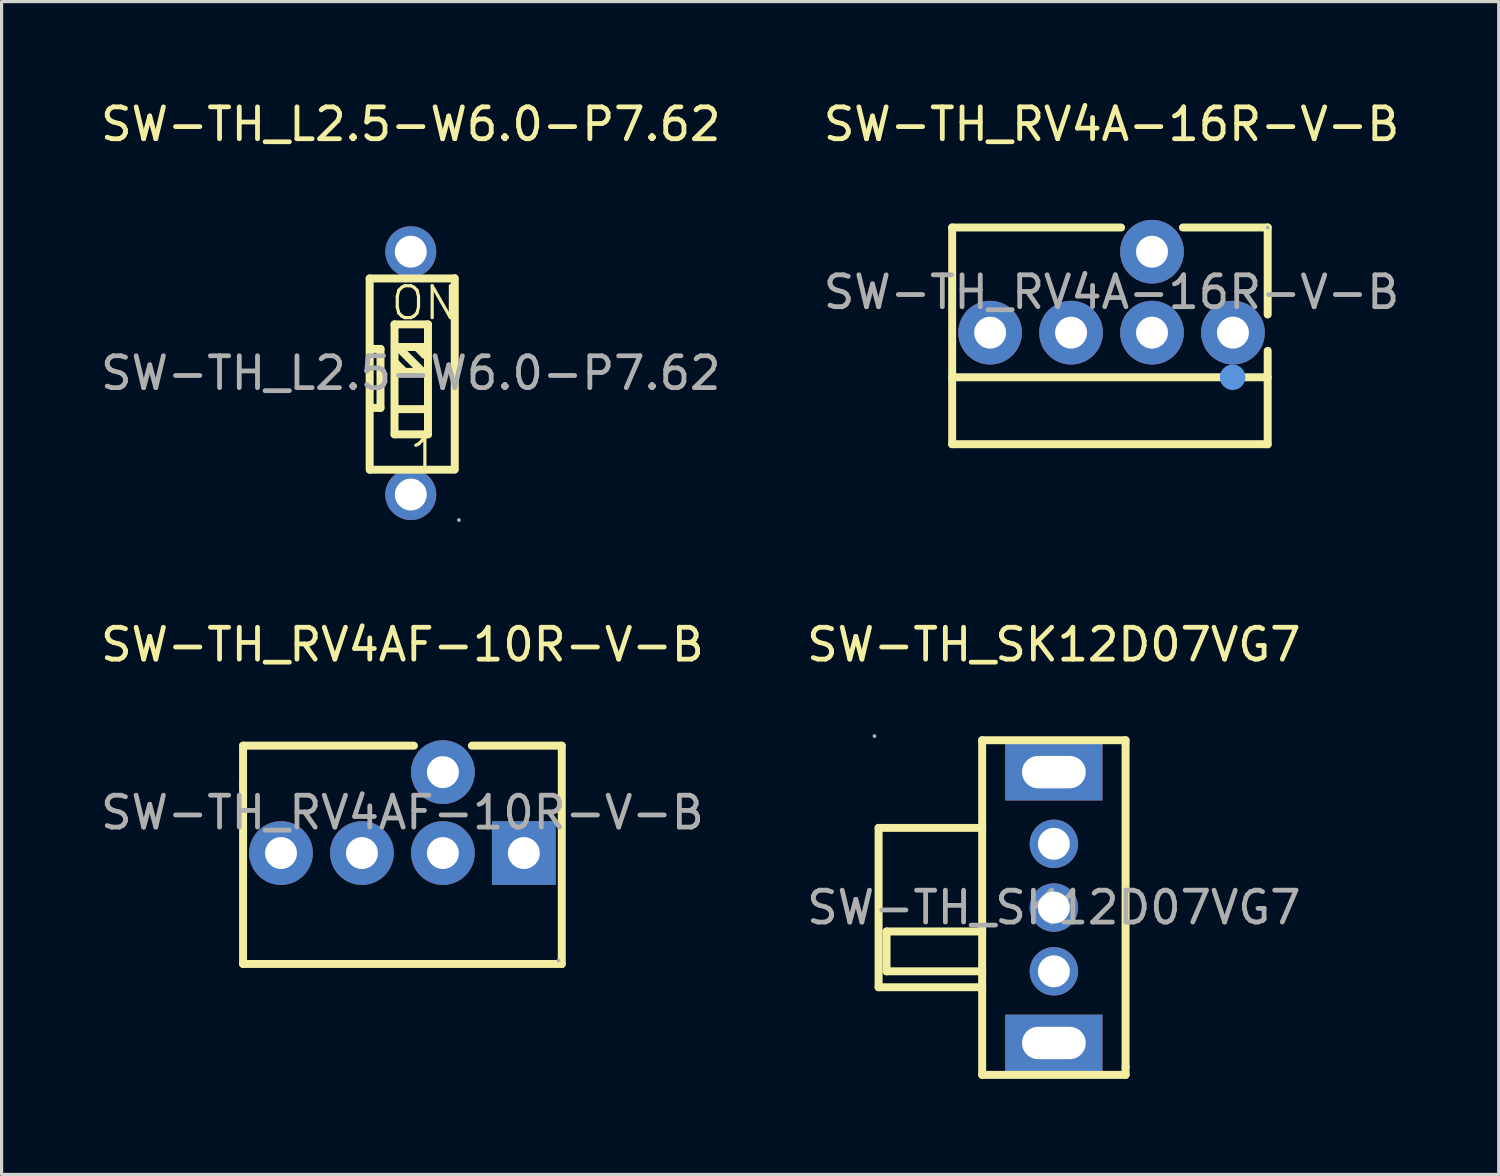
<source format=kicad_pcb>
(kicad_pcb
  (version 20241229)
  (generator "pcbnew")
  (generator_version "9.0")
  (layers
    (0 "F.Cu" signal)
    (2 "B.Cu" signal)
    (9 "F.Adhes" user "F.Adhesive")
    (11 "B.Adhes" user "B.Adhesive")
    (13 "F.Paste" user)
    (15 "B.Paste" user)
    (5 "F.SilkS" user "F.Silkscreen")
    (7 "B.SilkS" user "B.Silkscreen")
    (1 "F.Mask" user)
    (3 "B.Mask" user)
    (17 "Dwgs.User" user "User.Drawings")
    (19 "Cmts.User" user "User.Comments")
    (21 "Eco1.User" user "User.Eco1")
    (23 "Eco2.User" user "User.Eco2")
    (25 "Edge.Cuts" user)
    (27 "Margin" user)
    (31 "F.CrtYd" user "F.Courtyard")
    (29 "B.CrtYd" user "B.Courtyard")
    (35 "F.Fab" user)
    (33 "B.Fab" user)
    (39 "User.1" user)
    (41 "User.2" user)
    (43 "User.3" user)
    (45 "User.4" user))
  (footprint "SW-TH_SK12D07VG7"
    (layer "F.Cu")
    (at 30.018 25.427)
    (property "Reference" "SW-TH_SK12D07VG7" (at 0 -8.25 0) (layer "F.SilkS") (effects (font (size 1 1) (thickness 0.15))))
    (attr through_hole)
    (fp_line (start -5.5 -2.5) (end -2.25 -2.5) (stroke (width 0.25) (type solid)) (layer "F.SilkS"))
    (fp_line (start -5.5 2.5) (end -5.5 -2.5) (stroke (width 0.25) (type solid)) (layer "F.SilkS"))
    (fp_line (start -5.25 0.75) (end -2.25 0.75) (stroke (width 0.25) (type solid)) (layer "F.SilkS"))
    (fp_line (start -5.25 2) (end -5.25 0.75) (stroke (width 0.25) (type solid)) (layer "F.SilkS"))
    (fp_line (start -2.25 -5.25) (end -2.25 5.25) (stroke (width 0.25) (type solid)) (layer "F.SilkS"))
    (fp_line (start -2.25 2) (end -5.25 2) (stroke (width 0.25) (type solid)) (layer "F.SilkS"))
    (fp_line (start -2.25 2.5) (end -5.5 2.5) (stroke (width 0.25) (type solid)) (layer "F.SilkS"))
    (fp_line (start -2.25 5.25) (end 2.25 5.25) (stroke (width 0.25) (type solid)) (layer "F.SilkS"))
    (fp_line (start 2.25 -5.25) (end -2.25 -5.25) (stroke (width 0.25) (type solid)) (layer "F.SilkS"))
    (fp_line (start 2.25 5) (end 2.25 -5.25) (stroke (width 0.25) (type solid)) (layer "F.SilkS"))
    (fp_line (start 2.25 5.25) (end 2.25 5) (stroke (width 0.25) (type solid)) (layer "F.SilkS"))
    (fp_circle (center -5.63 -5.38) (end -5.6 -5.38) (stroke (width 0.06) (type solid)) (fill no) (layer "F.Fab"))
    (fp_circle (center 0 -2) (end 0.2 -2) (stroke (width 0.4) (type solid)) (fill no) (layer "F.Fab"))
    (fp_circle (center 0 0) (end 0.2 0) (stroke (width 0.4) (type solid)) (fill no) (layer "F.Fab"))
    (fp_circle (center 0 2) (end 0.2 2) (stroke (width 0.4) (type solid)) (fill no) (layer "F.Fab"))
    (fp_text user "${REFERENCE}" (at 0 0 0) (layer "F.Fab") (effects (font (size 1 1) (thickness 0.15))))
    (pad "1" thru_hole circle (at 0 -2 270) (size 1.52 1.52) (drill 1) (layers "*.Cu" "*.Paste" "*.Mask"))
    (pad "2" thru_hole circle (at 0 0 270) (size 1.52 1.52) (drill 1) (layers "*.Cu" "*.Paste" "*.Mask"))
    (pad "3" thru_hole circle (at 0 2 270) (size 1.52 1.52) (drill 1) (layers "*.Cu" "*.Paste" "*.Mask"))
    (pad "4" thru_hole rect (at 0 -4.25 270) (size 1.78 3.05) (drill oval 1.016 2) (layers "*.Cu" "*.Paste" "*.Mask"))
    (pad "5" thru_hole rect (at 0 4.25 270) (size 1.78 3.05) (drill oval 1.016 2) (layers "*.Cu" "*.Paste" "*.Mask")))
  (footprint "SW-TH_L2.5-W6.0-P7.62"
    (layer "F.Cu")
    (at 9.839 8.658)
    (property "Reference" "SW-TH_L2.5-W6.0-P7.62" (at 0 -7.81 0) (layer "F.SilkS") (effects (font (size 1 1) (thickness 0.15))))
    (attr through_hole)
    (fp_line (start -1.29 -2.97) (end -1.29 3.03) (stroke (width 0.25) (type solid)) (layer "F.SilkS"))
    (fp_line (start -1.29 -2.97) (end 1.37 -2.97) (stroke (width 0.25) (type solid)) (layer "F.SilkS"))
    (fp_line (start -1.27 3.03) (end 1.37 3.03) (stroke (width 0.25) (type solid)) (layer "F.SilkS"))
    (fp_line (start -1.25 -0.76) (end -0.95 -0.76) (stroke (width 0.25) (type solid)) (layer "F.SilkS"))
    (fp_line (start -0.95 -0.76) (end -0.95 1.09) (stroke (width 0.25) (type solid)) (layer "F.SilkS"))
    (fp_line (start -0.95 1.09) (end -1.23 1.09) (stroke (width 0.25) (type solid)) (layer "F.SilkS"))
    (fp_line (start -0.51 -1.53) (end -0.51 1.92) (stroke (width 0.25) (type solid)) (layer "F.SilkS"))
    (fp_line (start -0.51 1.92) (end 0.54 1.92) (stroke (width 0.25) (type solid)) (layer "F.SilkS"))
    (fp_line (start -0.41 -0.82) (end 0.34 -0.07) (stroke (width 0.25) (type solid)) (layer "F.SilkS"))
    (fp_line (start -0.4 -0.04) (end 0.47 -0.04) (stroke (width 0.25) (type solid)) (layer "F.SilkS"))
    (fp_line (start -0.38 -0.82) (end 0.49 -0.82) (stroke (width 0.25) (type solid)) (layer "F.SilkS"))
    (fp_line (start -0.38 1.13) (end 0.49 1.13) (stroke (width 0.25) (type solid)) (layer "F.SilkS"))
    (fp_line (start -0.2 -0.04) (end -0.47 -0.31) (stroke (width 0.25) (type solid)) (layer "F.SilkS"))
    (fp_line (start 0.19 -0.82) (end 0.43 -0.58) (stroke (width 0.25) (type solid)) (layer "F.SilkS"))
    (fp_line (start 0.34 -0.07) (end 0.34 -0.04) (stroke (width 0.25) (type solid)) (layer "F.SilkS"))
    (fp_line (start 0.43 -0.58) (end 0.46 -0.58) (stroke (width 0.25) (type solid)) (layer "F.SilkS"))
    (fp_line (start 0.54 -1.53) (end -0.51 -1.53) (stroke (width 0.25) (type solid)) (layer "F.SilkS"))
    (fp_line (start 0.54 -1.5) (end 0.54 -1.53) (stroke (width 0.25) (type solid)) (layer "F.SilkS"))
    (fp_line (start 0.54 1.92) (end 0.54 -1.5) (stroke (width 0.25) (type solid)) (layer "F.SilkS"))
    (fp_line (start 1.38 -2.98) (end 1.38 3.02) (stroke (width 0.25) (type solid)) (layer "F.SilkS"))
    (fp_circle (center 0 -3.81) (end 0.2 -3.81) (stroke (width 0.4) (type solid)) (fill no) (layer "F.Fab"))
    (fp_circle (center 0 3.81) (end 0.2 3.81) (stroke (width 0.4) (type solid)) (fill no) (layer "F.Fab"))
    (fp_circle (center 1.51 4.61) (end 1.54 4.61) (stroke (width 0.06) (type solid)) (fill no) (layer "F.Fab"))
    (fp_text user "ON" (at -0.68 -2.2 0) (layer "F.SilkS") (effects (font (size 1 1) (thickness 0.1)) (justify left)))
    (fp_text user "1" (at -0.1 2.52 0) (layer "F.SilkS") (effects (font (size 1 1) (thickness 0.1)) (justify left)))
    (fp_text user "${REFERENCE}" (at 0 0 0) (layer "F.Fab") (effects (font (size 1 1) (thickness 0.15))))
    (pad "1" thru_hole circle (at 0 3.81) (size 1.6 1.6) (drill 1) (layers "*.Cu" "*.Paste" "*.Mask"))
    (pad "2" thru_hole circle (at 0 -3.81) (size 1.6 1.6) (drill 1) (layers "*.Cu" "*.Paste" "*.Mask")))
  (footprint "SW-TH_RV4A-16R-V-B"
    (layer "F.Cu")
    (at 31.827 6.118)
    (property "Reference" "SW-TH_RV4A-16R-V-B" (at 0 -5.27 0) (layer "F.SilkS") (effects (font (size 1 1) (thickness 0.15))))
    (attr through_hole)
    (fp_line (start -5 -2.03) (end 0.3 -2.03) (stroke (width 0.25) (type solid)) (layer "F.SilkS"))
    (fp_line (start -5 2.67) (end 4.9 2.67) (stroke (width 0.25) (type solid)) (layer "F.SilkS"))
    (fp_line (start -5 4.77) (end -5 -2.03) (stroke (width 0.25) (type solid)) (layer "F.SilkS"))
    (fp_line (start 2.24 -2.03) (end 4.9 -2.03) (stroke (width 0.25) (type solid)) (layer "F.SilkS"))
    (fp_line (start 4.9 -2.03) (end 4.9 0.7) (stroke (width 0.25) (type solid)) (layer "F.SilkS"))
    (fp_line (start 4.9 1.84) (end 4.9 4.77) (stroke (width 0.25) (type solid)) (layer "F.SilkS"))
    (fp_line (start 4.9 4.77) (end -5 4.77) (stroke (width 0.25) (type solid)) (layer "F.SilkS"))
    (fp_circle (center 3.8 2.67) (end 4 2.67) (stroke (width 0.4) (type solid)) (fill no) (layer "Cmts.User"))
    (fp_circle (center 4.9 -2.03) (end 4.93 -2.03) (stroke (width 0.06) (type solid)) (fill no) (layer "F.Fab"))
    (fp_text user "${REFERENCE}" (at 0 0 0) (layer "F.Fab") (effects (font (size 1 1) (thickness 0.15))))
    (pad "1" thru_hole circle (at 3.81 1.27) (size 2 2) (drill 1) (layers "*.Cu" "*.Paste" "*.Mask"))
    (pad "2" thru_hole circle (at 1.27 1.27) (size 2 2) (drill 1) (layers "*.Cu" "*.Paste" "*.Mask"))
    (pad "4" thru_hole circle (at -1.27 1.27) (size 2 2) (drill 1) (layers "*.Cu" "*.Paste" "*.Mask"))
    (pad "8" thru_hole circle (at -3.81 1.27) (size 2 2) (drill 1) (layers "*.Cu" "*.Paste" "*.Mask"))
    (pad "C" thru_hole circle (at 1.27 -1.27) (size 2 2) (drill 1) (layers "*.Cu" "*.Paste" "*.Mask")))
  (footprint "SW-TH_RV4AF-10R-V-B"
    (layer "F.Cu")
    (at 9.577 22.447)
    (property "Reference" "SW-TH_RV4AF-10R-V-B" (at 0 -5.27 0) (layer "F.SilkS") (effects (font (size 1 1) (thickness 0.15))))
    (attr through_hole)
    (fp_line (start -5 -2.1) (end -5 -0.9) (stroke (width 0.25) (type solid)) (layer "F.SilkS"))
    (fp_line (start -5 -0.9) (end -5 4.75) (stroke (width 0.25) (type solid)) (layer "F.SilkS"))
    (fp_line (start -5 4.75) (end 5 4.75) (stroke (width 0.25) (type solid)) (layer "F.SilkS"))
    (fp_line (start 0.36 -2.1) (end -5 -2.1) (stroke (width 0.25) (type solid)) (layer "F.SilkS"))
    (fp_line (start 5 -2.1) (end 2.18 -2.1) (stroke (width 0.25) (type solid)) (layer "F.SilkS"))
    (fp_line (start 5 4.75) (end 5 -2.1) (stroke (width 0.25) (type solid)) (layer "F.SilkS"))
    (fp_circle (center 4.9 4.64) (end 4.93 4.64) (stroke (width 0.06) (type solid)) (fill no) (layer "F.Fab"))
    (fp_text user "${REFERENCE}" (at 0 0 0) (layer "F.Fab") (effects (font (size 1 1) (thickness 0.15))))
    (pad "1" thru_hole rect (at 3.81 1.27) (size 2 2) (drill 1) (layers "*.Cu" "*.Paste" "*.Mask"))
    (pad "2" thru_hole circle (at 1.27 1.27) (size 2 2) (drill 1) (layers "*.Cu" "*.Paste" "*.Mask"))
    (pad "4" thru_hole circle (at -1.27 1.27) (size 2 2) (drill 1) (layers "*.Cu" "*.Paste" "*.Mask"))
    (pad "8" thru_hole circle (at -3.81 1.27) (size 2 2) (drill 1) (layers "*.Cu" "*.Paste" "*.Mask"))
    (pad "C" thru_hole circle (at 1.27 -1.27) (size 2 2) (drill 1) (layers "*.Cu" "*.Paste" "*.Mask")))
  (gr_rect
    (start -3 -3)
    (end 43.976 33.801)
    (stroke (width 0.1) (type default))
    (fill no)
    (layer "Edge.Cuts")))
</source>
